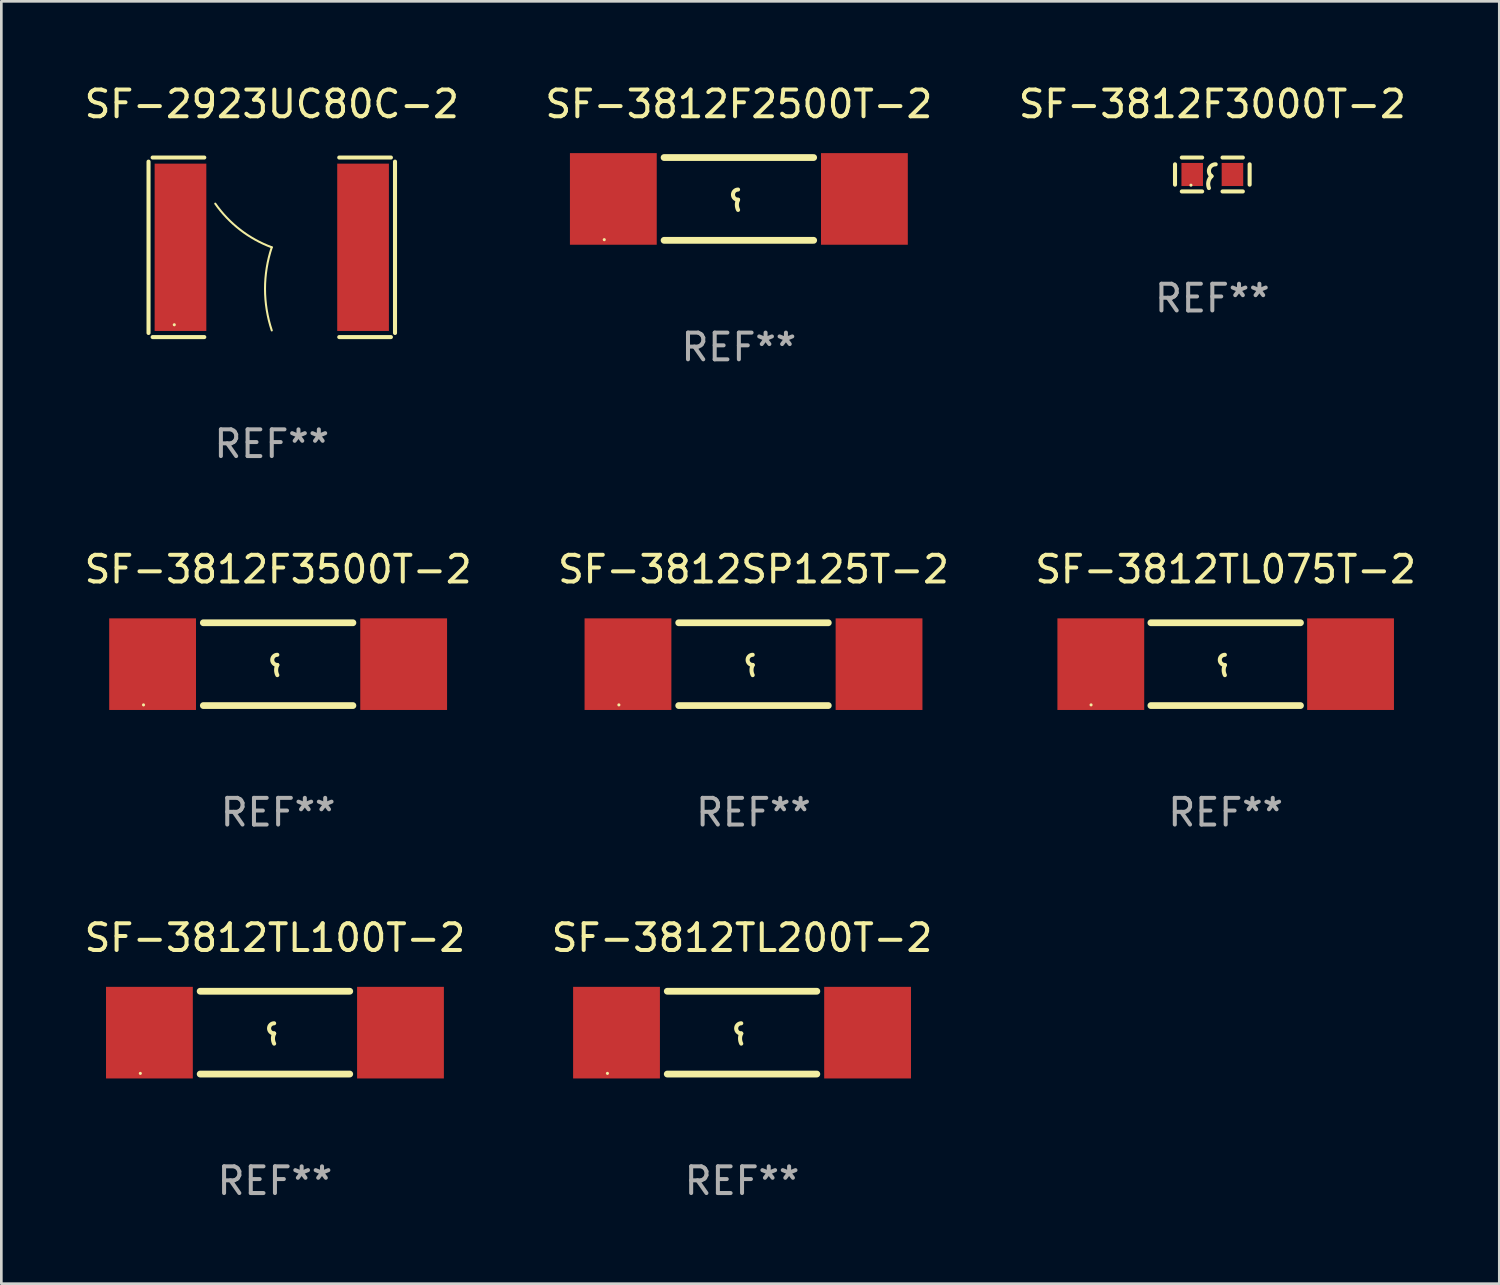
<source format=kicad_pcb>
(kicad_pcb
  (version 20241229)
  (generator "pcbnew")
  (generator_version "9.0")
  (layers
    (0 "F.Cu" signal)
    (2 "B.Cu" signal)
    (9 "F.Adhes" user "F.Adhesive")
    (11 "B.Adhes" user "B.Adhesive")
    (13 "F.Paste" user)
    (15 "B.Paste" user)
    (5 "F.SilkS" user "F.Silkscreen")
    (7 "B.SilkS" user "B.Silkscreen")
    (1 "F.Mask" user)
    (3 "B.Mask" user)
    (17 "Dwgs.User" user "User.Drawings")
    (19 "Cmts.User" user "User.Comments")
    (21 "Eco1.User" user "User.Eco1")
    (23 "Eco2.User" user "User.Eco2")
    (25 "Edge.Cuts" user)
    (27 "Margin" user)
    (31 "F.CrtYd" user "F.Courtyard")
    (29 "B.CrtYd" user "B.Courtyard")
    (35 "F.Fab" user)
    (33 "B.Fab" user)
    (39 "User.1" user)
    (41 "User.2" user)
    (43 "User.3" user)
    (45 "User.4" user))
  (footprint "SF-3812F3000T-2"
    (layer "F.Cu")
    (at 42.339 3.483)
    (property "Reference" "SF-3812F3000T-2" (at 0 -2.635 0) (layer "F.SilkS") (effects (font (size 1 1) (thickness 0.15))))
    (attr through_hole)
    (fp_line (start -1.397 -0.381) (end -1.397 0.381) (stroke (width 0.152) (type solid)) (layer "F.SilkS"))
    (fp_line (start -0.381 -0.635) (end -1.143 -0.635) (stroke (width 0.152) (type solid)) (layer "F.SilkS"))
    (fp_line (start -0.381 0.635) (end -1.143 0.635) (stroke (width 0.152) (type solid)) (layer "F.SilkS"))
    (fp_line (start 0.381 -0.635) (end 1.143 -0.635) (stroke (width 0.152) (type solid)) (layer "F.SilkS"))
    (fp_line (start 0.381 0.635) (end 1.143 0.635) (stroke (width 0.152) (type solid)) (layer "F.SilkS"))
    (fp_line (start 1.397 -0.381) (end 1.397 0.381) (stroke (width 0.152) (type solid)) (layer "F.SilkS"))
    (fp_arc (start -0.127 0.508001) (mid -0.146523 0.271131) (end -0.030861 0.0635) (stroke (width 0.151994) (type solid)) (layer "F.SilkS"))
    (fp_arc (start -0.03175 0.0635) (mid -0.113571 -0.216321) (end 0.127001 -0.381002) (stroke (width 0.151994) (type solid)) (layer "F.SilkS"))
    (fp_circle (center -0.8 0.4) (end -0.77 0.4) (stroke (width 0.06) (type solid)) (fill no) (layer "F.SilkS"))
    (fp_text user "REF**" (at 0 4.635 0) (layer "F.Fab") (effects (font (size 1 1) (thickness 0.15))))
    (pad "1" smd rect (at -0.753 0) (size 0.806 0.864) (layers "F.Cu" "F.Mask" "F.Paste"))
    (pad "2" smd rect (at 0.753 0) (size 0.806 0.864) (layers "F.Cu" "F.Mask" "F.Paste")))
  (footprint "SF-3812SP125T-2"
    (layer "F.Cu")
    (at 25.161 21.816)
    (property "Reference" "SF-3812SP125T-2" (at 0 -3.55 0) (layer "F.SilkS") (effects (font (size 1 1) (thickness 0.15))))
    (attr through_hole)
    (fp_line (start -2.8 -1.55) (end 2.8 -1.55) (stroke (width 0.254) (type solid)) (layer "F.SilkS"))
    (fp_line (start -2.8 1.55) (end 2.8 1.55) (stroke (width 0.254) (type solid)) (layer "F.SilkS"))
    (fp_arc (start -0.029896 0.030074) (mid -0.220397 -0.160427) (end -0.029896 -0.350928) (stroke (width 0.151994) (type solid)) (layer "F.SilkS"))
    (fp_arc (start -0.029896 0.411075) (mid -0.074867 0.220574) (end -0.029896 0.030074) (stroke (width 0.151994) (type solid)) (layer "F.SilkS"))
    (fp_circle (center -5.04 1.525) (end -5.01 1.525) (stroke (width 0.06) (type solid)) (fill no) (layer "F.SilkS"))
    (fp_text user "REF**" (at 0 5.55 0) (layer "F.Fab") (effects (font (size 1 1) (thickness 0.15))))
    (pad "1" smd rect (at -4.7 0) (size 3.25 3.43) (layers "F.Cu" "F.Mask" "F.Paste"))
    (pad "2" smd rect (at 4.7 0) (size 3.25 3.43) (layers "F.Cu" "F.Mask" "F.Paste")))
  (footprint "SF-3812TL075T-2"
    (layer "F.Cu")
    (at 42.839 21.816)
    (property "Reference" "SF-3812TL075T-2" (at 0 -3.55 0) (layer "F.SilkS") (effects (font (size 1 1) (thickness 0.15))))
    (attr through_hole)
    (fp_line (start -2.8 -1.55) (end 2.8 -1.55) (stroke (width 0.254) (type solid)) (layer "F.SilkS"))
    (fp_line (start -2.8 1.55) (end 2.8 1.55) (stroke (width 0.254) (type solid)) (layer "F.SilkS"))
    (fp_arc (start -0.029896 0.030074) (mid -0.220397 -0.160427) (end -0.029896 -0.350928) (stroke (width 0.151994) (type solid)) (layer "F.SilkS"))
    (fp_arc (start -0.029896 0.411075) (mid -0.074867 0.220574) (end -0.029896 0.030074) (stroke (width 0.151994) (type solid)) (layer "F.SilkS"))
    (fp_circle (center -5.04 1.525) (end -5.01 1.525) (stroke (width 0.06) (type solid)) (fill no) (layer "F.SilkS"))
    (fp_text user "REF**" (at 0 5.55 0) (layer "F.Fab") (effects (font (size 1 1) (thickness 0.15))))
    (pad "1" smd rect (at -4.675 0) (size 3.25 3.43) (layers "F.Cu" "F.Mask" "F.Paste"))
    (pad "2" smd rect (at 4.675 0) (size 3.25 3.43) (layers "F.Cu" "F.Mask" "F.Paste")))
  (footprint "SF-2923UC80C-2"
    (layer "F.Cu")
    (at 7.125 6.209)
    (property "Reference" "SF-2923UC80C-2" (at 0 -5.361 0) (layer "F.SilkS") (effects (font (size 1 1) (thickness 0.15))))
    (attr through_hole)
    (fp_line (start -4.614 -3.208) (end -4.614 3.208) (stroke (width 0.152) (type solid)) (layer "F.SilkS"))
    (fp_line (start -4.461 3.361) (end -2.526 3.361) (stroke (width 0.152) (type solid)) (layer "F.SilkS"))
    (fp_line (start -2.526 -3.361) (end -4.461 -3.361) (stroke (width 0.152) (type solid)) (layer "F.SilkS"))
    (fp_line (start 2.526 -3.361) (end 4.461 -3.361) (stroke (width 0.152) (type solid)) (layer "F.SilkS"))
    (fp_line (start 4.461 3.361) (end 2.526 3.361) (stroke (width 0.152) (type solid)) (layer "F.SilkS"))
    (fp_line (start 4.614 -3.208) (end 4.614 3.208) (stroke (width 0.152) (type solid)) (layer "F.SilkS"))
    (fp_arc (start 0 0) (mid -1.182693 -0.656022) (end -2.115669 -1.635146) (stroke (width 0.0762) (type solid)) (layer "F.SilkS"))
    (fp_arc (start 0 3.112949) (mid -0.252581 1.556474) (end 0 0) (stroke (width 0.0762) (type solid)) (layer "F.SilkS"))
    (fp_circle (center -3.65 2.9) (end -3.62 2.9) (stroke (width 0.06) (type solid)) (fill no) (layer "F.SilkS"))
    (fp_text user "REF**" (at 0 7.361 0) (layer "F.Fab") (effects (font (size 1 1) (thickness 0.15))))
    (pad "1" smd rect (at -3.418 0) (size 1.935 6.264) (layers "F.Cu" "F.Mask" "F.Paste"))
    (pad "2" smd rect (at 3.418 0) (size 1.935 6.264) (layers "F.Cu" "F.Mask" "F.Paste")))
  (footprint "SF-3812F3500T-2"
    (layer "F.Cu")
    (at 7.363 21.816)
    (property "Reference" "SF-3812F3500T-2" (at 0 -3.55 0) (layer "F.SilkS") (effects (font (size 1 1) (thickness 0.15))))
    (attr through_hole)
    (fp_line (start -2.8 -1.55) (end 2.8 -1.55) (stroke (width 0.254) (type solid)) (layer "F.SilkS"))
    (fp_line (start -2.8 1.55) (end 2.8 1.55) (stroke (width 0.254) (type solid)) (layer "F.SilkS"))
    (fp_arc (start -0.029896 0.030074) (mid -0.220397 -0.160427) (end -0.029896 -0.350928) (stroke (width 0.151994) (type solid)) (layer "F.SilkS"))
    (fp_arc (start -0.029896 0.411075) (mid -0.074867 0.220574) (end -0.029896 0.030074) (stroke (width 0.151994) (type solid)) (layer "F.SilkS"))
    (fp_circle (center -5.04 1.525) (end -5.01 1.525) (stroke (width 0.06) (type solid)) (fill no) (layer "F.SilkS"))
    (fp_text user "REF**" (at 0 5.55 0) (layer "F.Fab") (effects (font (size 1 1) (thickness 0.15))))
    (pad "1" smd rect (at -4.7 0) (size 3.25 3.43) (layers "F.Cu" "F.Mask" "F.Paste"))
    (pad "2" smd rect (at 4.7 0) (size 3.25 3.43) (layers "F.Cu" "F.Mask" "F.Paste")))
  (footprint "SF-3812F2500T-2"
    (layer "F.Cu")
    (at 24.613 4.398)
    (property "Reference" "SF-3812F2500T-2" (at 0 -3.55 0) (layer "F.SilkS") (effects (font (size 1 1) (thickness 0.15))))
    (attr through_hole)
    (fp_line (start -2.8 -1.55) (end 2.8 -1.55) (stroke (width 0.254) (type solid)) (layer "F.SilkS"))
    (fp_line (start -2.8 1.55) (end 2.8 1.55) (stroke (width 0.254) (type solid)) (layer "F.SilkS"))
    (fp_arc (start -0.029896 0.030074) (mid -0.220397 -0.160427) (end -0.029896 -0.350928) (stroke (width 0.151994) (type solid)) (layer "F.SilkS"))
    (fp_arc (start -0.029896 0.411075) (mid -0.074867 0.220574) (end -0.029896 0.030074) (stroke (width 0.151994) (type solid)) (layer "F.SilkS"))
    (fp_circle (center -5.04 1.525) (end -5.01 1.525) (stroke (width 0.06) (type solid)) (fill no) (layer "F.SilkS"))
    (fp_text user "REF**" (at 0 5.55 0) (layer "F.Fab") (effects (font (size 1 1) (thickness 0.15))))
    (pad "1" smd rect (at -4.7 0) (size 3.25 3.43) (layers "F.Cu" "F.Mask" "F.Paste"))
    (pad "2" smd rect (at 4.7 0) (size 3.25 3.43) (layers "F.Cu" "F.Mask" "F.Paste")))
  (footprint "SF-3812TL100T-2"
    (layer "F.Cu")
    (at 7.244 35.612)
    (property "Reference" "SF-3812TL100T-2" (at 0 -3.55 0) (layer "F.SilkS") (effects (font (size 1 1) (thickness 0.15))))
    (attr through_hole)
    (fp_line (start -2.8 -1.55) (end 2.8 -1.55) (stroke (width 0.254) (type solid)) (layer "F.SilkS"))
    (fp_line (start -2.8 1.55) (end 2.8 1.55) (stroke (width 0.254) (type solid)) (layer "F.SilkS"))
    (fp_arc (start -0.029896 0.030074) (mid -0.220397 -0.160427) (end -0.029896 -0.350928) (stroke (width 0.151994) (type solid)) (layer "F.SilkS"))
    (fp_arc (start -0.029896 0.411075) (mid -0.074867 0.220574) (end -0.029896 0.030074) (stroke (width 0.151994) (type solid)) (layer "F.SilkS"))
    (fp_circle (center -5.04 1.525) (end -5.01 1.525) (stroke (width 0.06) (type solid)) (fill no) (layer "F.SilkS"))
    (fp_text user "REF**" (at 0 5.55 0) (layer "F.Fab") (effects (font (size 1 1) (thickness 0.15))))
    (pad "1" smd rect (at -4.7 0) (size 3.25 3.43) (layers "F.Cu" "F.Mask" "F.Paste"))
    (pad "2" smd rect (at 4.7 0) (size 3.25 3.43) (layers "F.Cu" "F.Mask" "F.Paste")))
  (footprint "SF-3812TL200T-2"
    (layer "F.Cu")
    (at 24.732 35.612)
    (property "Reference" "SF-3812TL200T-2" (at 0 -3.55 0) (layer "F.SilkS") (effects (font (size 1 1) (thickness 0.15))))
    (attr through_hole)
    (fp_line (start -2.8 -1.55) (end 2.8 -1.55) (stroke (width 0.254) (type solid)) (layer "F.SilkS"))
    (fp_line (start -2.8 1.55) (end 2.8 1.55) (stroke (width 0.254) (type solid)) (layer "F.SilkS"))
    (fp_arc (start -0.029896 0.030074) (mid -0.220397 -0.160427) (end -0.029896 -0.350928) (stroke (width 0.151994) (type solid)) (layer "F.SilkS"))
    (fp_arc (start -0.029896 0.411075) (mid -0.074867 0.220574) (end -0.029896 0.030074) (stroke (width 0.151994) (type solid)) (layer "F.SilkS"))
    (fp_circle (center -5.04 1.525) (end -5.01 1.525) (stroke (width 0.06) (type solid)) (fill no) (layer "F.SilkS"))
    (fp_text user "REF**" (at 0 5.55 0) (layer "F.Fab") (effects (font (size 1 1) (thickness 0.15))))
    (pad "1" smd rect (at -4.7 0) (size 3.25 3.43) (layers "F.Cu" "F.Mask" "F.Paste"))
    (pad "2" smd rect (at 4.7 0) (size 3.25 3.43) (layers "F.Cu" "F.Mask" "F.Paste")))
  (gr_rect
    (start -3 -3)
    (end 53.083 45.011)
    (stroke (width 0.1) (type default))
    (fill no)
    (layer "Edge.Cuts")))
</source>
